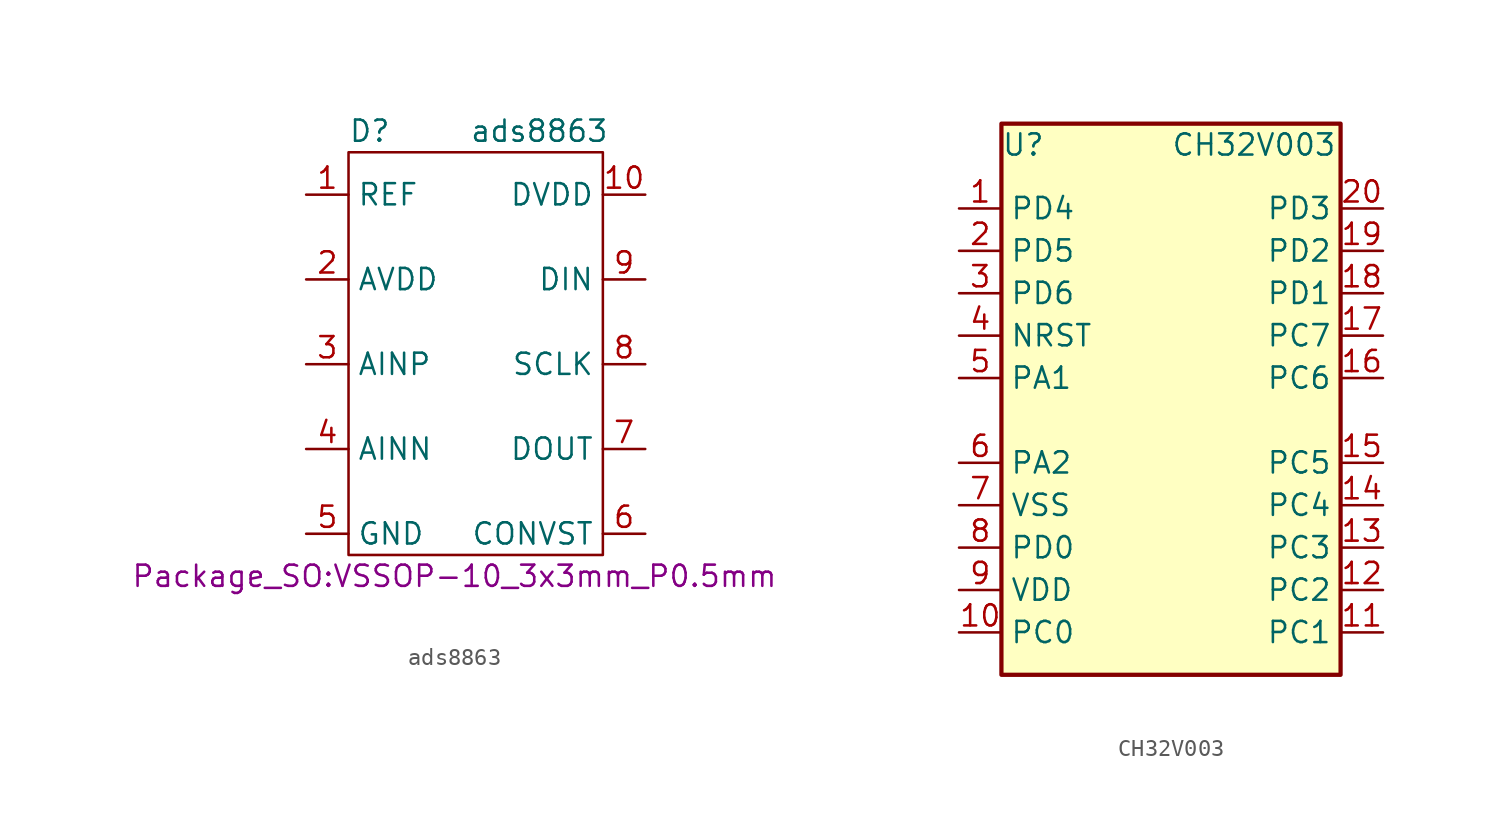
<source format=kicad_sym>
(kicad_symbol_lib
  (version 20211014)
  (generator kicad_symbol_editor)
  (symbol "ads8863"
    (property "Reference" "D"
      (at -6.35 12.7 0)
      (effects (font (size 1.27 1.27))))
    (property "Value" "ads8863"
      (at 3.81 12.7 0)
      (effects (font (size 1.27 1.27))))
    (property "Footprint" "Package_SO:VSSOP-10_3x3mm_P0.5mm"
      (at -1.27 -13.97 0)
      (effects (font (size 1.27 1.27))))
    (symbol "ads8863_0_1"
      (polyline (pts (xy -7.62 11.43) (xy 7.62 11.43) (xy 7.62 -12.7) (xy -7.62 -12.7) (xy -7.62 11.43)) (stroke (width 0.152) (type default) (color 0 0 0 0)) (fill (type none))))
    (symbol "ads8863_1_1"
      (pin input line (at -10.16 8.89 0) (length 2.54) (name "REF" (effects (font (size 1.27 1.27)))) (number "1" (effects (font (size 1.27 1.27)))))
      (pin power_in line (at 10.16 8.89 180) (length 2.54) (name "DVDD" (effects (font (size 1.27 1.27)))) (number "10" (effects (font (size 1.27 1.27)))))
      (pin input line (at -10.16 3.81 0) (length 2.54) (name "AVDD" (effects (font (size 1.27 1.27)))) (number "2" (effects (font (size 1.27 1.27)))))
      (pin input line (at -10.16 -1.27 0) (length 2.54) (name "AINP" (effects (font (size 1.27 1.27)))) (number "3" (effects (font (size 1.27 1.27)))))
      (pin input line (at -10.16 -6.35 0) (length 2.54) (name "AINN" (effects (font (size 1.27 1.27)))) (number "4" (effects (font (size 1.27 1.27)))))
      (pin power_in line (at -10.16 -11.43 0) (length 2.54) (name "GND" (effects (font (size 1.27 1.27)))) (number "5" (effects (font (size 1.27 1.27)))))
      (pin input line (at 10.16 -11.43 180) (length 2.54) (name "CONVST" (effects (font (size 1.27 1.27)))) (number "6" (effects (font (size 1.27 1.27)))))
      (pin output line (at 10.16 -6.35 180) (length 2.54) (name "DOUT" (effects (font (size 1.27 1.27)))) (number "7" (effects (font (size 1.27 1.27)))))
      (pin input line (at 10.16 -1.27 180) (length 2.54) (name "SCLK" (effects (font (size 1.27 1.27)))) (number "8" (effects (font (size 1.27 1.27)))))
      (pin input line (at 10.16 3.81 180) (length 2.54) (name "DIN" (effects (font (size 1.27 1.27)))) (number "9" (effects (font (size 1.27 1.27)))))))
  (symbol "CH32V003"
    (property "Reference" "U"
      (at -10.16 16.51 0)
      (effects (font (size 1.27 1.27)) (justify left)))
    (property "Value" "CH32V003"
      (at 0 16.51 0)
      (effects (font (size 1.27 1.27)) (justify left)))
    (symbol "CH32V003_0_1"
      (rectangle (start -10.16 -15.24) (end 10.16 17.78) (stroke (width 0.254) (type default) (color 0 0 0 0)) (fill (type background))))
    (symbol "CH32V003_1_1"
      (pin bidirectional line (at -12.7 12.7 0) (length 2.54) (name "PD4" (effects (font (size 1.27 1.27)))) (number "1" (effects (font (size 1.27 1.27)))))
      (pin bidirectional line (at -12.7 -12.7 0) (length 2.54) (name "PC0" (effects (font (size 1.27 1.27)))) (number "10" (effects (font (size 1.27 1.27)))))
      (pin bidirectional line (at 12.7 -12.7 180) (length 2.54) (name "PC1" (effects (font (size 1.27 1.27)))) (number "11" (effects (font (size 1.27 1.27)))))
      (pin bidirectional line (at 12.7 -10.16 180) (length 2.54) (name "PC2" (effects (font (size 1.27 1.27)))) (number "12" (effects (font (size 1.27 1.27)))))
      (pin bidirectional line (at 12.7 -7.62 180) (length 2.54) (name "PC3" (effects (font (size 1.27 1.27)))) (number "13" (effects (font (size 1.27 1.27)))))
      (pin bidirectional line (at 12.7 -5.08 180) (length 2.54) (name "PC4" (effects (font (size 1.27 1.27)))) (number "14" (effects (font (size 1.27 1.27)))))
      (pin bidirectional line (at 12.7 -2.54 180) (length 2.54) (name "PC5" (effects (font (size 1.27 1.27)))) (number "15" (effects (font (size 1.27 1.27)))))
      (pin bidirectional line (at 12.7 2.54 180) (length 2.54) (name "PC6" (effects (font (size 1.27 1.27)))) (number "16" (effects (font (size 1.27 1.27)))))
      (pin bidirectional line (at 12.7 5.08 180) (length 2.54) (name "PC7" (effects (font (size 1.27 1.27)))) (number "17" (effects (font (size 1.27 1.27)))))
      (pin bidirectional line (at 12.7 7.62 180) (length 2.54) (name "PD1" (effects (font (size 1.27 1.27)))) (number "18" (effects (font (size 1.27 1.27)))))
      (pin bidirectional line (at 12.7 10.16 180) (length 2.54) (name "PD2" (effects (font (size 1.27 1.27)))) (number "19" (effects (font (size 1.27 1.27)))))
      (pin bidirectional line (at -12.7 10.16 0) (length 2.54) (name "PD5" (effects (font (size 1.27 1.27)))) (number "2" (effects (font (size 1.27 1.27)))))
      (pin bidirectional line (at 12.7 12.7 180) (length 2.54) (name "PD3" (effects (font (size 1.27 1.27)))) (number "20" (effects (font (size 1.27 1.27)))))
      (pin bidirectional line (at -12.7 7.62 0) (length 2.54) (name "PD6" (effects (font (size 1.27 1.27)))) (number "3" (effects (font (size 1.27 1.27)))))
      (pin input line (at -12.7 5.08 0) (length 2.54) (name "NRST" (effects (font (size 1.27 1.27)))) (number "4" (effects (font (size 1.27 1.27)))))
      (pin bidirectional line (at -12.7 2.54 0) (length 2.54) (name "PA1" (effects (font (size 1.27 1.27)))) (number "5" (effects (font (size 1.27 1.27)))))
      (pin bidirectional line (at -12.7 -2.54 0) (length 2.54) (name "PA2" (effects (font (size 1.27 1.27)))) (number "6" (effects (font (size 1.27 1.27)))))
      (pin power_in line (at -12.7 -5.08 0) (length 2.54) (name "VSS" (effects (font (size 1.27 1.27)))) (number "7" (effects (font (size 1.27 1.27)))))
      (pin bidirectional line (at -12.7 -7.62 0) (length 2.54) (name "PD0" (effects (font (size 1.27 1.27)))) (number "8" (effects (font (size 1.27 1.27)))))
      (pin power_in line (at -12.7 -10.16 0) (length 2.54) (name "VDD" (effects (font (size 1.27 1.27)))) (number "9" (effects (font (size 1.27 1.27))))))))
</source>
